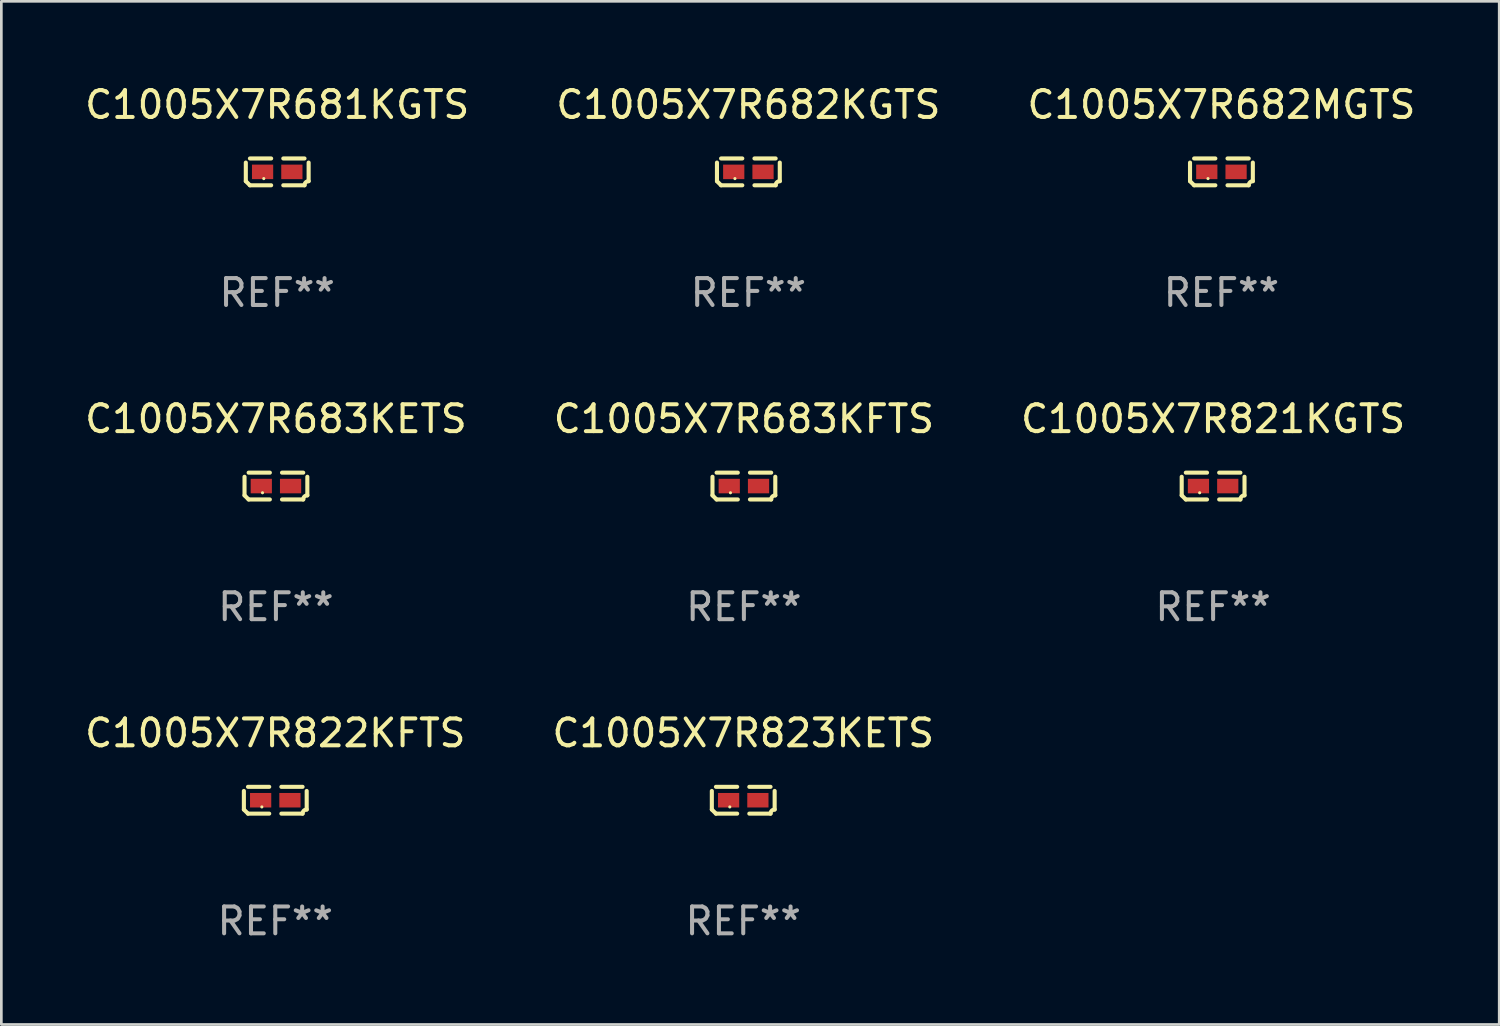
<source format=kicad_pcb>
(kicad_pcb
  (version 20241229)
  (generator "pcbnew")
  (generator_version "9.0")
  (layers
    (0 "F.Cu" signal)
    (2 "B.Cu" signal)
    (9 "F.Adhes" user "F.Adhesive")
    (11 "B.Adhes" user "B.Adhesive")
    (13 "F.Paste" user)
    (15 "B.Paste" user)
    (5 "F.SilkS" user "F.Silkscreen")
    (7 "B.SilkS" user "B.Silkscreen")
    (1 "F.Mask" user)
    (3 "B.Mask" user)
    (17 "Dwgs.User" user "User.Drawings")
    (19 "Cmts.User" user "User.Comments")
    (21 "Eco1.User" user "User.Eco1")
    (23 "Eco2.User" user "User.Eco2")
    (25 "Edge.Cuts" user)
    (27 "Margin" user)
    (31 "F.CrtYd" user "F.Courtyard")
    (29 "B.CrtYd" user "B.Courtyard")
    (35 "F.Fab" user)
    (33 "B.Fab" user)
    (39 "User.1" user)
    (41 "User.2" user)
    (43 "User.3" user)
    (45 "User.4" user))
  (footprint "C1005X7R681KGTS"
    (layer "F.Cu")
    (at 7.268 3.347)
    (property "Reference" "C1005X7R681KGTS" (at 0 -2.499 0) (layer "F.SilkS") (effects (font (size 1 1) (thickness 0.15))))
    (attr through_hole)
    (fp_line (start -1.169 0.346) (end -1.169 -0.346) (stroke (width 0.152) (type solid)) (layer "F.SilkS"))
    (fp_line (start -1.016 -0.499) (end -0.226 -0.499) (stroke (width 0.152) (type solid)) (layer "F.SilkS"))
    (fp_line (start -0.226 0.499) (end -1.016 0.499) (stroke (width 0.152) (type solid)) (layer "F.SilkS"))
    (fp_line (start 0.226 0.499) (end 1.016 0.499) (stroke (width 0.152) (type solid)) (layer "F.SilkS"))
    (fp_line (start 1.016 -0.499) (end 0.226 -0.499) (stroke (width 0.152) (type solid)) (layer "F.SilkS"))
    (fp_line (start 1.169 0.346) (end 1.169 -0.346) (stroke (width 0.152) (type solid)) (layer "F.SilkS"))
    (fp_arc (start -1.016307 0.498603) (mid -1.092512 0.422405) (end -1.16871 0.3462) (stroke (width 0.1524) (type solid)) (layer "F.SilkS"))
    (fp_arc (start 1.016307 0.498603) (mid 1.060899 0.390758) (end 1.168707 0.346076) (stroke (width 0.1524) (type solid)) (layer "F.SilkS"))
    (fp_circle (center -0.5 0.25) (end -0.47 0.25) (stroke (width 0.06) (type solid)) (fill no) (layer "F.SilkS"))
    (fp_text user "REF**" (at 0 4.499 0) (layer "F.Fab") (effects (font (size 1 1) (thickness 0.15))))
    (pad "1" smd rect (at -0.545 0) (size 0.79 0.54) (layers "F.Cu" "F.Mask" "F.Paste"))
    (pad "2" smd rect (at 0.545 0) (size 0.79 0.54) (layers "F.Cu" "F.Mask" "F.Paste")))
  (footprint "C1005X7R821KGTS"
    (layer "F.Cu")
    (at 42.101 15.041)
    (property "Reference" "C1005X7R821KGTS" (at 0 -2.499 0) (layer "F.SilkS") (effects (font (size 1 1) (thickness 0.15))))
    (attr through_hole)
    (fp_line (start -1.169 0.346) (end -1.169 -0.346) (stroke (width 0.152) (type solid)) (layer "F.SilkS"))
    (fp_line (start -1.016 -0.499) (end -0.226 -0.499) (stroke (width 0.152) (type solid)) (layer "F.SilkS"))
    (fp_line (start -0.226 0.499) (end -1.016 0.499) (stroke (width 0.152) (type solid)) (layer "F.SilkS"))
    (fp_line (start 0.226 0.499) (end 1.016 0.499) (stroke (width 0.152) (type solid)) (layer "F.SilkS"))
    (fp_line (start 1.016 -0.499) (end 0.226 -0.499) (stroke (width 0.152) (type solid)) (layer "F.SilkS"))
    (fp_line (start 1.169 0.346) (end 1.169 -0.346) (stroke (width 0.152) (type solid)) (layer "F.SilkS"))
    (fp_arc (start -1.016307 0.498603) (mid -1.092512 0.422405) (end -1.16871 0.3462) (stroke (width 0.1524) (type solid)) (layer "F.SilkS"))
    (fp_arc (start 1.016307 0.498603) (mid 1.060899 0.390758) (end 1.168707 0.346076) (stroke (width 0.1524) (type solid)) (layer "F.SilkS"))
    (fp_circle (center -0.5 0.25) (end -0.47 0.25) (stroke (width 0.06) (type solid)) (fill no) (layer "F.SilkS"))
    (fp_text user "REF**" (at 0 4.499 0) (layer "F.Fab") (effects (font (size 1 1) (thickness 0.15))))
    (pad "1" smd rect (at -0.545 0) (size 0.79 0.54) (layers "F.Cu" "F.Mask" "F.Paste"))
    (pad "2" smd rect (at 0.545 0) (size 0.79 0.54) (layers "F.Cu" "F.Mask" "F.Paste")))
  (footprint "C1005X7R682MGTS"
    (layer "F.Cu")
    (at 42.411 3.347)
    (property "Reference" "C1005X7R682MGTS" (at 0 -2.499 0) (layer "F.SilkS") (effects (font (size 1 1) (thickness 0.15))))
    (attr through_hole)
    (fp_line (start -1.169 0.346) (end -1.169 -0.346) (stroke (width 0.152) (type solid)) (layer "F.SilkS"))
    (fp_line (start -1.016 -0.499) (end -0.226 -0.499) (stroke (width 0.152) (type solid)) (layer "F.SilkS"))
    (fp_line (start -0.226 0.499) (end -1.016 0.499) (stroke (width 0.152) (type solid)) (layer "F.SilkS"))
    (fp_line (start 0.226 0.499) (end 1.016 0.499) (stroke (width 0.152) (type solid)) (layer "F.SilkS"))
    (fp_line (start 1.016 -0.499) (end 0.226 -0.499) (stroke (width 0.152) (type solid)) (layer "F.SilkS"))
    (fp_line (start 1.169 0.346) (end 1.169 -0.346) (stroke (width 0.152) (type solid)) (layer "F.SilkS"))
    (fp_arc (start -1.016307 0.498603) (mid -1.092512 0.422405) (end -1.16871 0.3462) (stroke (width 0.1524) (type solid)) (layer "F.SilkS"))
    (fp_arc (start 1.016307 0.498603) (mid 1.060899 0.390758) (end 1.168707 0.346076) (stroke (width 0.1524) (type solid)) (layer "F.SilkS"))
    (fp_circle (center -0.5 0.25) (end -0.47 0.25) (stroke (width 0.06) (type solid)) (fill no) (layer "F.SilkS"))
    (fp_text user "REF**" (at 0 4.499 0) (layer "F.Fab") (effects (font (size 1 1) (thickness 0.15))))
    (pad "1" smd rect (at -0.545 0) (size 0.79 0.54) (layers "F.Cu" "F.Mask" "F.Paste"))
    (pad "2" smd rect (at 0.545 0) (size 0.79 0.54) (layers "F.Cu" "F.Mask" "F.Paste")))
  (footprint "C1005X7R682KGTS"
    (layer "F.Cu")
    (at 24.804 3.347)
    (property "Reference" "C1005X7R682KGTS" (at 0 -2.499 0) (layer "F.SilkS") (effects (font (size 1 1) (thickness 0.15))))
    (attr through_hole)
    (fp_line (start -1.169 0.346) (end -1.169 -0.346) (stroke (width 0.152) (type solid)) (layer "F.SilkS"))
    (fp_line (start -1.016 -0.499) (end -0.226 -0.499) (stroke (width 0.152) (type solid)) (layer "F.SilkS"))
    (fp_line (start -0.226 0.499) (end -1.016 0.499) (stroke (width 0.152) (type solid)) (layer "F.SilkS"))
    (fp_line (start 0.226 0.499) (end 1.016 0.499) (stroke (width 0.152) (type solid)) (layer "F.SilkS"))
    (fp_line (start 1.016 -0.499) (end 0.226 -0.499) (stroke (width 0.152) (type solid)) (layer "F.SilkS"))
    (fp_line (start 1.169 0.346) (end 1.169 -0.346) (stroke (width 0.152) (type solid)) (layer "F.SilkS"))
    (fp_arc (start -1.016307 0.498603) (mid -1.092512 0.422405) (end -1.16871 0.3462) (stroke (width 0.1524) (type solid)) (layer "F.SilkS"))
    (fp_arc (start 1.016307 0.498603) (mid 1.060899 0.390758) (end 1.168707 0.346076) (stroke (width 0.1524) (type solid)) (layer "F.SilkS"))
    (fp_circle (center -0.5 0.25) (end -0.47 0.25) (stroke (width 0.06) (type solid)) (fill no) (layer "F.SilkS"))
    (fp_text user "REF**" (at 0 4.499 0) (layer "F.Fab") (effects (font (size 1 1) (thickness 0.15))))
    (pad "1" smd rect (at -0.545 0) (size 0.79 0.54) (layers "F.Cu" "F.Mask" "F.Paste"))
    (pad "2" smd rect (at 0.545 0) (size 0.79 0.54) (layers "F.Cu" "F.Mask" "F.Paste")))
  (footprint "C1005X7R683KETS"
    (layer "F.Cu")
    (at 7.22 15.041)
    (property "Reference" "C1005X7R683KETS" (at 0 -2.499 0) (layer "F.SilkS") (effects (font (size 1 1) (thickness 0.15))))
    (attr through_hole)
    (fp_line (start -1.169 0.346) (end -1.169 -0.346) (stroke (width 0.152) (type solid)) (layer "F.SilkS"))
    (fp_line (start -1.016 -0.499) (end -0.226 -0.499) (stroke (width 0.152) (type solid)) (layer "F.SilkS"))
    (fp_line (start -0.226 0.499) (end -1.016 0.499) (stroke (width 0.152) (type solid)) (layer "F.SilkS"))
    (fp_line (start 0.226 0.499) (end 1.016 0.499) (stroke (width 0.152) (type solid)) (layer "F.SilkS"))
    (fp_line (start 1.016 -0.499) (end 0.226 -0.499) (stroke (width 0.152) (type solid)) (layer "F.SilkS"))
    (fp_line (start 1.169 0.346) (end 1.169 -0.346) (stroke (width 0.152) (type solid)) (layer "F.SilkS"))
    (fp_arc (start -1.016307 0.498603) (mid -1.092512 0.422405) (end -1.16871 0.3462) (stroke (width 0.1524) (type solid)) (layer "F.SilkS"))
    (fp_arc (start 1.016307 0.498603) (mid 1.060899 0.390758) (end 1.168707 0.346076) (stroke (width 0.1524) (type solid)) (layer "F.SilkS"))
    (fp_circle (center -0.5 0.25) (end -0.47 0.25) (stroke (width 0.06) (type solid)) (fill no) (layer "F.SilkS"))
    (fp_text user "REF**" (at 0 4.499 0) (layer "F.Fab") (effects (font (size 1 1) (thickness 0.15))))
    (pad "1" smd rect (at -0.545 0) (size 0.79 0.54) (layers "F.Cu" "F.Mask" "F.Paste"))
    (pad "2" smd rect (at 0.545 0) (size 0.79 0.54) (layers "F.Cu" "F.Mask" "F.Paste")))
  (footprint "C1005X7R822KFTS"
    (layer "F.Cu")
    (at 7.196 26.734)
    (property "Reference" "C1005X7R822KFTS" (at 0 -2.499 0) (layer "F.SilkS") (effects (font (size 1 1) (thickness 0.15))))
    (attr through_hole)
    (fp_line (start -1.169 0.346) (end -1.169 -0.346) (stroke (width 0.152) (type solid)) (layer "F.SilkS"))
    (fp_line (start -1.016 -0.499) (end -0.226 -0.499) (stroke (width 0.152) (type solid)) (layer "F.SilkS"))
    (fp_line (start -0.226 0.499) (end -1.016 0.499) (stroke (width 0.152) (type solid)) (layer "F.SilkS"))
    (fp_line (start 0.226 0.499) (end 1.016 0.499) (stroke (width 0.152) (type solid)) (layer "F.SilkS"))
    (fp_line (start 1.016 -0.499) (end 0.226 -0.499) (stroke (width 0.152) (type solid)) (layer "F.SilkS"))
    (fp_line (start 1.169 0.346) (end 1.169 -0.346) (stroke (width 0.152) (type solid)) (layer "F.SilkS"))
    (fp_arc (start -1.016307 0.498603) (mid -1.092512 0.422405) (end -1.16871 0.3462) (stroke (width 0.1524) (type solid)) (layer "F.SilkS"))
    (fp_arc (start 1.016307 0.498603) (mid 1.060899 0.390758) (end 1.168707 0.346076) (stroke (width 0.1524) (type solid)) (layer "F.SilkS"))
    (fp_circle (center -0.5 0.25) (end -0.47 0.25) (stroke (width 0.06) (type solid)) (fill no) (layer "F.SilkS"))
    (fp_text user "REF**" (at 0 4.499 0) (layer "F.Fab") (effects (font (size 1 1) (thickness 0.15))))
    (pad "1" smd rect (at -0.545 0) (size 0.79 0.54) (layers "F.Cu" "F.Mask" "F.Paste"))
    (pad "2" smd rect (at 0.545 0) (size 0.79 0.54) (layers "F.Cu" "F.Mask" "F.Paste")))
  (footprint "C1005X7R683KFTS"
    (layer "F.Cu")
    (at 24.637 15.041)
    (property "Reference" "C1005X7R683KFTS" (at 0 -2.499 0) (layer "F.SilkS") (effects (font (size 1 1) (thickness 0.15))))
    (attr through_hole)
    (fp_line (start -1.169 0.346) (end -1.169 -0.346) (stroke (width 0.152) (type solid)) (layer "F.SilkS"))
    (fp_line (start -1.016 -0.499) (end -0.226 -0.499) (stroke (width 0.152) (type solid)) (layer "F.SilkS"))
    (fp_line (start -0.226 0.499) (end -1.016 0.499) (stroke (width 0.152) (type solid)) (layer "F.SilkS"))
    (fp_line (start 0.226 0.499) (end 1.016 0.499) (stroke (width 0.152) (type solid)) (layer "F.SilkS"))
    (fp_line (start 1.016 -0.499) (end 0.226 -0.499) (stroke (width 0.152) (type solid)) (layer "F.SilkS"))
    (fp_line (start 1.169 0.346) (end 1.169 -0.346) (stroke (width 0.152) (type solid)) (layer "F.SilkS"))
    (fp_arc (start -1.016307 0.498603) (mid -1.092512 0.422405) (end -1.16871 0.3462) (stroke (width 0.1524) (type solid)) (layer "F.SilkS"))
    (fp_arc (start 1.016307 0.498603) (mid 1.060899 0.390758) (end 1.168707 0.346076) (stroke (width 0.1524) (type solid)) (layer "F.SilkS"))
    (fp_circle (center -0.5 0.25) (end -0.47 0.25) (stroke (width 0.06) (type solid)) (fill no) (layer "F.SilkS"))
    (fp_text user "REF**" (at 0 4.499 0) (layer "F.Fab") (effects (font (size 1 1) (thickness 0.15))))
    (pad "1" smd rect (at -0.545 0) (size 0.79 0.54) (layers "F.Cu" "F.Mask" "F.Paste"))
    (pad "2" smd rect (at 0.545 0) (size 0.79 0.54) (layers "F.Cu" "F.Mask" "F.Paste")))
  (footprint "C1005X7R823KETS"
    (layer "F.Cu")
    (at 24.613 26.734)
    (property "Reference" "C1005X7R823KETS" (at 0 -2.499 0) (layer "F.SilkS") (effects (font (size 1 1) (thickness 0.15))))
    (attr through_hole)
    (fp_line (start -1.169 0.346) (end -1.169 -0.346) (stroke (width 0.152) (type solid)) (layer "F.SilkS"))
    (fp_line (start -1.016 -0.499) (end -0.226 -0.499) (stroke (width 0.152) (type solid)) (layer "F.SilkS"))
    (fp_line (start -0.226 0.499) (end -1.016 0.499) (stroke (width 0.152) (type solid)) (layer "F.SilkS"))
    (fp_line (start 0.226 0.499) (end 1.016 0.499) (stroke (width 0.152) (type solid)) (layer "F.SilkS"))
    (fp_line (start 1.016 -0.499) (end 0.226 -0.499) (stroke (width 0.152) (type solid)) (layer "F.SilkS"))
    (fp_line (start 1.169 0.346) (end 1.169 -0.346) (stroke (width 0.152) (type solid)) (layer "F.SilkS"))
    (fp_arc (start -1.016307 0.498603) (mid -1.092512 0.422405) (end -1.16871 0.3462) (stroke (width 0.1524) (type solid)) (layer "F.SilkS"))
    (fp_arc (start 1.016307 0.498603) (mid 1.060899 0.390758) (end 1.168707 0.346076) (stroke (width 0.1524) (type solid)) (layer "F.SilkS"))
    (fp_circle (center -0.5 0.25) (end -0.47 0.25) (stroke (width 0.06) (type solid)) (fill no) (layer "F.SilkS"))
    (fp_text user "REF**" (at 0 4.499 0) (layer "F.Fab") (effects (font (size 1 1) (thickness 0.15))))
    (pad "1" smd rect (at -0.545 0) (size 0.79 0.54) (layers "F.Cu" "F.Mask" "F.Paste"))
    (pad "2" smd rect (at 0.545 0) (size 0.79 0.54) (layers "F.Cu" "F.Mask" "F.Paste")))
  (gr_rect
    (start -3 -3)
    (end 52.75 35.081)
    (stroke (width 0.1) (type default))
    (fill no)
    (layer "Edge.Cuts")))
</source>
